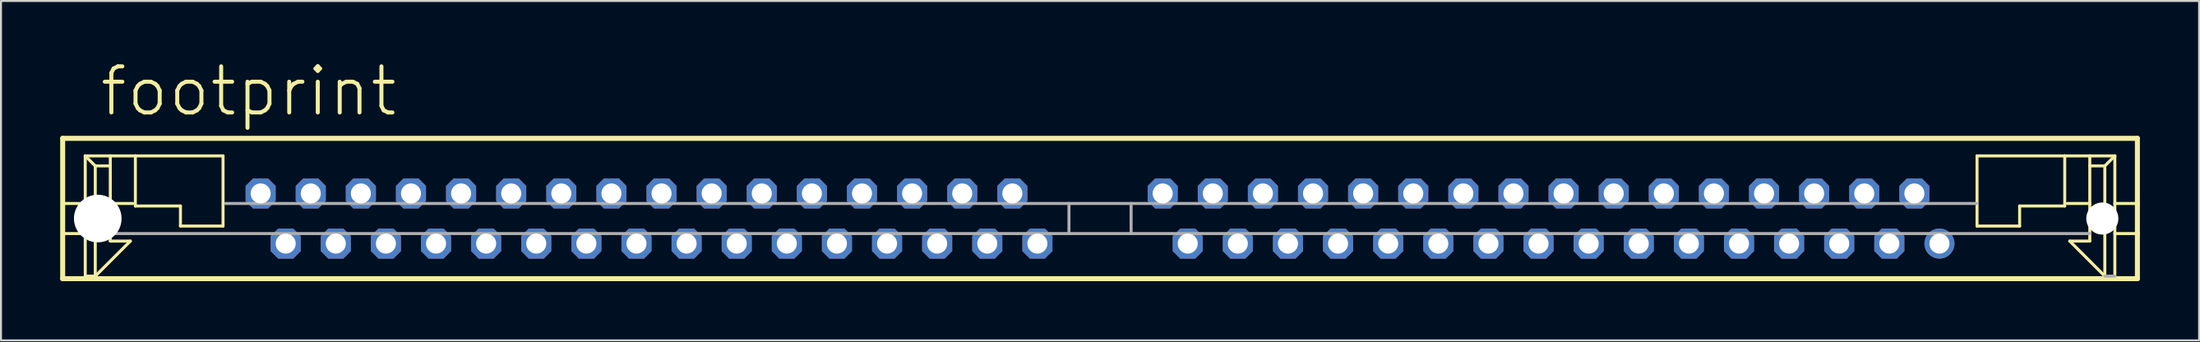
<source format=kicad_pcb>
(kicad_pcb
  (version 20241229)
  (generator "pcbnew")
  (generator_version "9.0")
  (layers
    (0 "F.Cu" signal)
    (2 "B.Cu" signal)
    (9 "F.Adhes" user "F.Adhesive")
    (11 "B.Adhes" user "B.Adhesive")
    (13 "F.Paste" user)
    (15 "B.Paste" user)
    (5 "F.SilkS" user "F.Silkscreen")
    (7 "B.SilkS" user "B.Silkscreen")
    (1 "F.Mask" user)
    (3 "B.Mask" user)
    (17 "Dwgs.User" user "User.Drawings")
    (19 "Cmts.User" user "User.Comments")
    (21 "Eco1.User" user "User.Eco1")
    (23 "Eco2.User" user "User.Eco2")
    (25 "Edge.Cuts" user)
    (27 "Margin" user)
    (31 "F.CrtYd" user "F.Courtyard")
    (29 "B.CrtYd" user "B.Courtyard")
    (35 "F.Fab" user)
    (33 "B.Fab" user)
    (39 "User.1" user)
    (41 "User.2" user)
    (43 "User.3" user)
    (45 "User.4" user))
  (footprint "footprint"
    (layer "F.Cu")
    (at 52.705 8.026)
    (property "Reference" "footprint" (at -50.8 -5.08 0) (layer "F.SilkS") (effects (font (size 2.337 2.337) (thickness 0.203)) (justify left bottom)))
    (fp_line (start -52.578 -4.064) (end 52.578 -4.064) (stroke (width 0.254) (type solid)) (layer "F.SilkS"))
    (fp_line (start -52.578 -0.762) (end -51.435 -0.762) (stroke (width 0.152) (type solid)) (layer "F.SilkS"))
    (fp_line (start -52.578 0.762) (end -51.435 0.762) (stroke (width 0.152) (type solid)) (layer "F.SilkS"))
    (fp_line (start -52.578 3.048) (end -52.578 -4.064) (stroke (width 0.254) (type solid)) (layer "F.SilkS"))
    (fp_line (start -51.435 -3.175) (end -51.435 2.921) (stroke (width 0.152) (type solid)) (layer "F.SilkS"))
    (fp_line (start -51.435 -3.175) (end -50.927 -2.667) (stroke (width 0.152) (type solid)) (layer "F.SilkS"))
    (fp_line (start -51.435 2.921) (end -50.927 2.921) (stroke (width 0.152) (type solid)) (layer "F.SilkS"))
    (fp_line (start -50.927 -2.667) (end -50.927 2.921) (stroke (width 0.152) (type solid)) (layer "F.SilkS"))
    (fp_line (start -50.927 2.921) (end -49.149 1.143) (stroke (width 0.152) (type solid)) (layer "F.SilkS"))
    (fp_line (start -50.165 -3.175) (end -51.435 -3.175) (stroke (width 0.152) (type solid)) (layer "F.SilkS"))
    (fp_line (start -50.165 -3.175) (end -48.895 -3.175) (stroke (width 0.152) (type solid)) (layer "F.SilkS"))
    (fp_line (start -50.165 -2.667) (end -50.927 -2.667) (stroke (width 0.152) (type solid)) (layer "F.SilkS"))
    (fp_line (start -50.165 -2.667) (end -50.165 -3.175) (stroke (width 0.152) (type solid)) (layer "F.SilkS"))
    (fp_line (start -50.165 -0.762) (end -50.165 -2.667) (stroke (width 0.152) (type solid)) (layer "F.SilkS"))
    (fp_line (start -50.165 -0.762) (end -49.022 -0.762) (stroke (width 0.152) (type solid)) (layer "F.SilkS"))
    (fp_line (start -50.165 1.143) (end -50.165 -0.762) (stroke (width 0.152) (type solid)) (layer "F.SilkS"))
    (fp_line (start -49.149 1.143) (end -50.165 1.143) (stroke (width 0.152) (type solid)) (layer "F.SilkS"))
    (fp_line (start -48.895 -3.175) (end -48.895 -0.635) (stroke (width 0.152) (type solid)) (layer "F.SilkS"))
    (fp_line (start -46.609 -0.635) (end -48.895 -0.635) (stroke (width 0.152) (type solid)) (layer "F.SilkS"))
    (fp_line (start -46.609 0.381) (end -46.609 -0.635) (stroke (width 0.152) (type solid)) (layer "F.SilkS"))
    (fp_line (start -46.609 0.381) (end -44.45 0.381) (stroke (width 0.152) (type solid)) (layer "F.SilkS"))
    (fp_line (start -44.45 -3.175) (end -48.895 -3.175) (stroke (width 0.152) (type solid)) (layer "F.SilkS"))
    (fp_line (start -44.45 0.381) (end -44.45 -3.175) (stroke (width 0.152) (type solid)) (layer "F.SilkS"))
    (fp_line (start 44.45 -3.175) (end 48.895 -3.175) (stroke (width 0.152) (type solid)) (layer "F.SilkS"))
    (fp_line (start 44.45 0.381) (end 44.45 -3.175) (stroke (width 0.152) (type solid)) (layer "F.SilkS"))
    (fp_line (start 46.609 -0.635) (end 48.895 -0.635) (stroke (width 0.152) (type solid)) (layer "F.SilkS"))
    (fp_line (start 46.609 0.381) (end 44.45 0.381) (stroke (width 0.152) (type solid)) (layer "F.SilkS"))
    (fp_line (start 46.609 0.381) (end 46.609 -0.635) (stroke (width 0.152) (type solid)) (layer "F.SilkS"))
    (fp_line (start 48.895 -3.175) (end 48.895 -0.635) (stroke (width 0.152) (type solid)) (layer "F.SilkS"))
    (fp_line (start 49.149 1.143) (end 50.165 1.143) (stroke (width 0.152) (type solid)) (layer "F.SilkS"))
    (fp_line (start 50.165 -3.175) (end 48.895 -3.175) (stroke (width 0.152) (type solid)) (layer "F.SilkS"))
    (fp_line (start 50.165 -3.175) (end 51.435 -3.175) (stroke (width 0.152) (type solid)) (layer "F.SilkS"))
    (fp_line (start 50.165 -2.667) (end 50.165 -3.175) (stroke (width 0.152) (type solid)) (layer "F.SilkS"))
    (fp_line (start 50.165 -2.667) (end 50.927 -2.667) (stroke (width 0.152) (type solid)) (layer "F.SilkS"))
    (fp_line (start 50.165 -0.762) (end 49.022 -0.762) (stroke (width 0.152) (type solid)) (layer "F.SilkS"))
    (fp_line (start 50.165 -0.762) (end 50.165 -2.667) (stroke (width 0.152) (type solid)) (layer "F.SilkS"))
    (fp_line (start 50.165 1.143) (end 50.165 -0.762) (stroke (width 0.152) (type solid)) (layer "F.SilkS"))
    (fp_line (start 50.927 -2.667) (end 50.927 2.921) (stroke (width 0.152) (type solid)) (layer "F.SilkS"))
    (fp_line (start 50.927 2.921) (end 49.149 1.143) (stroke (width 0.152) (type solid)) (layer "F.SilkS"))
    (fp_line (start 51.435 -3.175) (end 50.927 -2.667) (stroke (width 0.152) (type solid)) (layer "F.SilkS"))
    (fp_line (start 51.435 -3.175) (end 51.435 2.921) (stroke (width 0.152) (type solid)) (layer "F.SilkS"))
    (fp_line (start 52.578 -4.064) (end 52.578 -0.762) (stroke (width 0.254) (type solid)) (layer "F.SilkS"))
    (fp_line (start 52.578 -0.762) (end 51.435 -0.762) (stroke (width 0.152) (type solid)) (layer "F.SilkS"))
    (fp_line (start 52.578 -0.762) (end 52.578 0.762) (stroke (width 0.254) (type solid)) (layer "F.SilkS"))
    (fp_line (start 52.578 0.762) (end 51.435 0.762) (stroke (width 0.152) (type solid)) (layer "F.SilkS"))
    (fp_line (start 52.578 0.762) (end 52.578 3.048) (stroke (width 0.254) (type solid)) (layer "F.SilkS"))
    (fp_line (start 52.578 3.048) (end -52.578 3.048) (stroke (width 0.254) (type solid)) (layer "F.SilkS"))
    (fp_line (start -50.165 0.762) (end -1.575 0.762) (stroke (width 0.152) (type solid)) (layer "F.Fab"))
    (fp_line (start -44.323 -0.762) (end -1.575 -0.762) (stroke (width 0.152) (type solid)) (layer "F.Fab"))
    (fp_line (start -1.575 -0.762) (end 1.575 -0.762) (stroke (width 0.152) (type solid)) (layer "F.Fab"))
    (fp_line (start -1.575 0.762) (end -1.575 -0.762) (stroke (width 0.152) (type solid)) (layer "F.Fab"))
    (fp_line (start -1.575 0.762) (end 1.575 0.762) (stroke (width 0.152) (type solid)) (layer "F.Fab"))
    (fp_line (start 1.575 0.762) (end 1.575 -0.762) (stroke (width 0.152) (type solid)) (layer "F.Fab"))
    (fp_line (start 44.45 -0.762) (end 1.575 -0.762) (stroke (width 0.152) (type solid)) (layer "F.Fab"))
    (fp_line (start 50.165 0.762) (end 1.575 0.762) (stroke (width 0.152) (type solid)) (layer "F.Fab"))
    (fp_line (start 51.435 2.921) (end 50.927 2.921) (stroke (width 0.152) (type solid)) (layer "F.Fab"))
    (pad "" np_thru_hole circle (at -50.8 0) (size 2.413 2.413) (drill 2.413) (layers "*.Cu" "*.Mask"))
    (pad "" np_thru_hole circle (at 50.8 0) (size 1.626 1.626) (drill 1.626) (layers "*.Cu" "*.Mask"))
    (pad "1" thru_hole circle (at 42.545 1.27) (size 1.524 1.524) (drill 1.016) (layers "*.Cu" "*.Mask"))
    (pad "2" thru_hole roundrect (at 41.275 -1.27) (size 1.524 1.524) (drill 1.016) (layers "*.Cu" "*.Mask") (roundrect_rratio 0.25) (chamfer_ratio 0.25) (chamfer top_left top_right bottom_left bottom_right))
    (pad "3" thru_hole roundrect (at 40.005 1.27) (size 1.524 1.524) (drill 1.016) (layers "*.Cu" "*.Mask") (roundrect_rratio 0.25) (chamfer_ratio 0.25) (chamfer top_left top_right bottom_left bottom_right))
    (pad "4" thru_hole roundrect (at 38.735 -1.27) (size 1.524 1.524) (drill 1.016) (layers "*.Cu" "*.Mask") (roundrect_rratio 0.25) (chamfer_ratio 0.25) (chamfer top_left top_right bottom_left bottom_right))
    (pad "5" thru_hole roundrect (at 37.465 1.27) (size 1.524 1.524) (drill 1.016) (layers "*.Cu" "*.Mask") (roundrect_rratio 0.25) (chamfer_ratio 0.25) (chamfer top_left top_right bottom_left bottom_right))
    (pad "6" thru_hole roundrect (at 36.195 -1.27) (size 1.524 1.524) (drill 1.016) (layers "*.Cu" "*.Mask") (roundrect_rratio 0.25) (chamfer_ratio 0.25) (chamfer top_left top_right bottom_left bottom_right))
    (pad "7" thru_hole roundrect (at 34.925 1.27) (size 1.524 1.524) (drill 1.016) (layers "*.Cu" "*.Mask") (roundrect_rratio 0.25) (chamfer_ratio 0.25) (chamfer top_left top_right bottom_left bottom_right))
    (pad "8" thru_hole roundrect (at 33.655 -1.27) (size 1.524 1.524) (drill 1.016) (layers "*.Cu" "*.Mask") (roundrect_rratio 0.25) (chamfer_ratio 0.25) (chamfer top_left top_right bottom_left bottom_right))
    (pad "9" thru_hole roundrect (at 32.385 1.27) (size 1.524 1.524) (drill 1.016) (layers "*.Cu" "*.Mask") (roundrect_rratio 0.25) (chamfer_ratio 0.25) (chamfer top_left top_right bottom_left bottom_right))
    (pad "10" thru_hole roundrect (at 31.115 -1.27) (size 1.524 1.524) (drill 1.016) (layers "*.Cu" "*.Mask") (roundrect_rratio 0.25) (chamfer_ratio 0.25) (chamfer top_left top_right bottom_left bottom_right))
    (pad "11" thru_hole roundrect (at 29.845 1.27) (size 1.524 1.524) (drill 1.016) (layers "*.Cu" "*.Mask") (roundrect_rratio 0.25) (chamfer_ratio 0.25) (chamfer top_left top_right bottom_left bottom_right))
    (pad "12" thru_hole roundrect (at 28.575 -1.27) (size 1.524 1.524) (drill 1.016) (layers "*.Cu" "*.Mask") (roundrect_rratio 0.25) (chamfer_ratio 0.25) (chamfer top_left top_right bottom_left bottom_right))
    (pad "13" thru_hole roundrect (at 27.305 1.27) (size 1.524 1.524) (drill 1.016) (layers "*.Cu" "*.Mask") (roundrect_rratio 0.25) (chamfer_ratio 0.25) (chamfer top_left top_right bottom_left bottom_right))
    (pad "14" thru_hole roundrect (at 26.035 -1.27) (size 1.524 1.524) (drill 1.016) (layers "*.Cu" "*.Mask") (roundrect_rratio 0.25) (chamfer_ratio 0.25) (chamfer top_left top_right bottom_left bottom_right))
    (pad "15" thru_hole roundrect (at 24.765 1.27) (size 1.524 1.524) (drill 1.016) (layers "*.Cu" "*.Mask") (roundrect_rratio 0.25) (chamfer_ratio 0.25) (chamfer top_left top_right bottom_left bottom_right))
    (pad "16" thru_hole roundrect (at 23.495 -1.27) (size 1.524 1.524) (drill 1.016) (layers "*.Cu" "*.Mask") (roundrect_rratio 0.25) (chamfer_ratio 0.25) (chamfer top_left top_right bottom_left bottom_right))
    (pad "17" thru_hole roundrect (at 22.225 1.27) (size 1.524 1.524) (drill 1.016) (layers "*.Cu" "*.Mask") (roundrect_rratio 0.25) (chamfer_ratio 0.25) (chamfer top_left top_right bottom_left bottom_right))
    (pad "18" thru_hole roundrect (at 20.955 -1.27) (size 1.524 1.524) (drill 1.016) (layers "*.Cu" "*.Mask") (roundrect_rratio 0.25) (chamfer_ratio 0.25) (chamfer top_left top_right bottom_left bottom_right))
    (pad "19" thru_hole roundrect (at 19.685 1.27) (size 1.524 1.524) (drill 1.016) (layers "*.Cu" "*.Mask") (roundrect_rratio 0.25) (chamfer_ratio 0.25) (chamfer top_left top_right bottom_left bottom_right))
    (pad "20" thru_hole roundrect (at 18.415 -1.27) (size 1.524 1.524) (drill 1.016) (layers "*.Cu" "*.Mask") (roundrect_rratio 0.25) (chamfer_ratio 0.25) (chamfer top_left top_right bottom_left bottom_right))
    (pad "21" thru_hole roundrect (at 17.145 1.27) (size 1.524 1.524) (drill 1.016) (layers "*.Cu" "*.Mask") (roundrect_rratio 0.25) (chamfer_ratio 0.25) (chamfer top_left top_right bottom_left bottom_right))
    (pad "22" thru_hole roundrect (at 15.875 -1.27) (size 1.524 1.524) (drill 1.016) (layers "*.Cu" "*.Mask") (roundrect_rratio 0.25) (chamfer_ratio 0.25) (chamfer top_left top_right bottom_left bottom_right))
    (pad "23" thru_hole roundrect (at 14.605 1.27) (size 1.524 1.524) (drill 1.016) (layers "*.Cu" "*.Mask") (roundrect_rratio 0.25) (chamfer_ratio 0.25) (chamfer top_left top_right bottom_left bottom_right))
    (pad "24" thru_hole roundrect (at 13.335 -1.27) (size 1.524 1.524) (drill 1.016) (layers "*.Cu" "*.Mask") (roundrect_rratio 0.25) (chamfer_ratio 0.25) (chamfer top_left top_right bottom_left bottom_right))
    (pad "25" thru_hole roundrect (at 12.065 1.27) (size 1.524 1.524) (drill 1.016) (layers "*.Cu" "*.Mask") (roundrect_rratio 0.25) (chamfer_ratio 0.25) (chamfer top_left top_right bottom_left bottom_right))
    (pad "26" thru_hole roundrect (at 10.795 -1.27) (size 1.524 1.524) (drill 1.016) (layers "*.Cu" "*.Mask") (roundrect_rratio 0.25) (chamfer_ratio 0.25) (chamfer top_left top_right bottom_left bottom_right))
    (pad "27" thru_hole roundrect (at 9.525 1.27) (size 1.524 1.524) (drill 1.016) (layers "*.Cu" "*.Mask") (roundrect_rratio 0.25) (chamfer_ratio 0.25) (chamfer top_left top_right bottom_left bottom_right))
    (pad "28" thru_hole roundrect (at 8.255 -1.27) (size 1.524 1.524) (drill 1.016) (layers "*.Cu" "*.Mask") (roundrect_rratio 0.25) (chamfer_ratio 0.25) (chamfer top_left top_right bottom_left bottom_right))
    (pad "29" thru_hole roundrect (at 6.985 1.27) (size 1.524 1.524) (drill 1.016) (layers "*.Cu" "*.Mask") (roundrect_rratio 0.25) (chamfer_ratio 0.25) (chamfer top_left top_right bottom_left bottom_right))
    (pad "30" thru_hole roundrect (at 5.715 -1.27) (size 1.524 1.524) (drill 1.016) (layers "*.Cu" "*.Mask") (roundrect_rratio 0.25) (chamfer_ratio 0.25) (chamfer top_left top_right bottom_left bottom_right))
    (pad "31" thru_hole roundrect (at 4.445 1.27) (size 1.524 1.524) (drill 1.016) (layers "*.Cu" "*.Mask") (roundrect_rratio 0.25) (chamfer_ratio 0.25) (chamfer top_left top_right bottom_left bottom_right))
    (pad "32" thru_hole roundrect (at 3.175 -1.27) (size 1.524 1.524) (drill 1.016) (layers "*.Cu" "*.Mask") (roundrect_rratio 0.25) (chamfer_ratio 0.25) (chamfer top_left top_right bottom_left bottom_right))
    (pad "33" thru_hole roundrect (at -3.175 1.27) (size 1.524 1.524) (drill 1.016) (layers "*.Cu" "*.Mask") (roundrect_rratio 0.25) (chamfer_ratio 0.25) (chamfer top_left top_right bottom_left bottom_right))
    (pad "34" thru_hole roundrect (at -4.445 -1.27) (size 1.524 1.524) (drill 1.016) (layers "*.Cu" "*.Mask") (roundrect_rratio 0.25) (chamfer_ratio 0.25) (chamfer top_left top_right bottom_left bottom_right))
    (pad "35" thru_hole roundrect (at -5.715 1.27) (size 1.524 1.524) (drill 1.016) (layers "*.Cu" "*.Mask") (roundrect_rratio 0.25) (chamfer_ratio 0.25) (chamfer top_left top_right bottom_left bottom_right))
    (pad "36" thru_hole roundrect (at -6.985 -1.27) (size 1.524 1.524) (drill 1.016) (layers "*.Cu" "*.Mask") (roundrect_rratio 0.25) (chamfer_ratio 0.25) (chamfer top_left top_right bottom_left bottom_right))
    (pad "37" thru_hole roundrect (at -8.255 1.27) (size 1.524 1.524) (drill 1.016) (layers "*.Cu" "*.Mask") (roundrect_rratio 0.25) (chamfer_ratio 0.25) (chamfer top_left top_right bottom_left bottom_right))
    (pad "38" thru_hole roundrect (at -9.525 -1.27) (size 1.524 1.524) (drill 1.016) (layers "*.Cu" "*.Mask") (roundrect_rratio 0.25) (chamfer_ratio 0.25) (chamfer top_left top_right bottom_left bottom_right))
    (pad "39" thru_hole roundrect (at -10.795 1.27) (size 1.524 1.524) (drill 1.016) (layers "*.Cu" "*.Mask") (roundrect_rratio 0.25) (chamfer_ratio 0.25) (chamfer top_left top_right bottom_left bottom_right))
    (pad "40" thru_hole roundrect (at -12.065 -1.27) (size 1.524 1.524) (drill 1.016) (layers "*.Cu" "*.Mask") (roundrect_rratio 0.25) (chamfer_ratio 0.25) (chamfer top_left top_right bottom_left bottom_right))
    (pad "41" thru_hole roundrect (at -13.335 1.27) (size 1.524 1.524) (drill 1.016) (layers "*.Cu" "*.Mask") (roundrect_rratio 0.25) (chamfer_ratio 0.25) (chamfer top_left top_right bottom_left bottom_right))
    (pad "42" thru_hole roundrect (at -14.605 -1.27) (size 1.524 1.524) (drill 1.016) (layers "*.Cu" "*.Mask") (roundrect_rratio 0.25) (chamfer_ratio 0.25) (chamfer top_left top_right bottom_left bottom_right))
    (pad "43" thru_hole roundrect (at -15.875 1.27) (size 1.524 1.524) (drill 1.016) (layers "*.Cu" "*.Mask") (roundrect_rratio 0.25) (chamfer_ratio 0.25) (chamfer top_left top_right bottom_left bottom_right))
    (pad "44" thru_hole roundrect (at -17.145 -1.27) (size 1.524 1.524) (drill 1.016) (layers "*.Cu" "*.Mask") (roundrect_rratio 0.25) (chamfer_ratio 0.25) (chamfer top_left top_right bottom_left bottom_right))
    (pad "45" thru_hole roundrect (at -18.415 1.27) (size 1.524 1.524) (drill 1.016) (layers "*.Cu" "*.Mask") (roundrect_rratio 0.25) (chamfer_ratio 0.25) (chamfer top_left top_right bottom_left bottom_right))
    (pad "46" thru_hole roundrect (at -19.685 -1.27) (size 1.524 1.524) (drill 1.016) (layers "*.Cu" "*.Mask") (roundrect_rratio 0.25) (chamfer_ratio 0.25) (chamfer top_left top_right bottom_left bottom_right))
    (pad "47" thru_hole roundrect (at -20.955 1.27) (size 1.524 1.524) (drill 1.016) (layers "*.Cu" "*.Mask") (roundrect_rratio 0.25) (chamfer_ratio 0.25) (chamfer top_left top_right bottom_left bottom_right))
    (pad "48" thru_hole roundrect (at -22.225 -1.27) (size 1.524 1.524) (drill 1.016) (layers "*.Cu" "*.Mask") (roundrect_rratio 0.25) (chamfer_ratio 0.25) (chamfer top_left top_right bottom_left bottom_right))
    (pad "49" thru_hole roundrect (at -23.495 1.27) (size 1.524 1.524) (drill 1.016) (layers "*.Cu" "*.Mask") (roundrect_rratio 0.25) (chamfer_ratio 0.25) (chamfer top_left top_right bottom_left bottom_right))
    (pad "50" thru_hole roundrect (at -24.765 -1.27) (size 1.524 1.524) (drill 1.016) (layers "*.Cu" "*.Mask") (roundrect_rratio 0.25) (chamfer_ratio 0.25) (chamfer top_left top_right bottom_left bottom_right))
    (pad "51" thru_hole roundrect (at -26.035 1.27) (size 1.524 1.524) (drill 1.016) (layers "*.Cu" "*.Mask") (roundrect_rratio 0.25) (chamfer_ratio 0.25) (chamfer top_left top_right bottom_left bottom_right))
    (pad "52" thru_hole roundrect (at -27.305 -1.27) (size 1.524 1.524) (drill 1.016) (layers "*.Cu" "*.Mask") (roundrect_rratio 0.25) (chamfer_ratio 0.25) (chamfer top_left top_right bottom_left bottom_right))
    (pad "53" thru_hole roundrect (at -28.575 1.27) (size 1.524 1.524) (drill 1.016) (layers "*.Cu" "*.Mask") (roundrect_rratio 0.25) (chamfer_ratio 0.25) (chamfer top_left top_right bottom_left bottom_right))
    (pad "54" thru_hole roundrect (at -29.845 -1.27) (size 1.524 1.524) (drill 1.016) (layers "*.Cu" "*.Mask") (roundrect_rratio 0.25) (chamfer_ratio 0.25) (chamfer top_left top_right bottom_left bottom_right))
    (pad "55" thru_hole roundrect (at -31.115 1.27) (size 1.524 1.524) (drill 1.016) (layers "*.Cu" "*.Mask") (roundrect_rratio 0.25) (chamfer_ratio 0.25) (chamfer top_left top_right bottom_left bottom_right))
    (pad "56" thru_hole roundrect (at -32.385 -1.27) (size 1.524 1.524) (drill 1.016) (layers "*.Cu" "*.Mask") (roundrect_rratio 0.25) (chamfer_ratio 0.25) (chamfer top_left top_right bottom_left bottom_right))
    (pad "57" thru_hole roundrect (at -33.655 1.27) (size 1.524 1.524) (drill 1.016) (layers "*.Cu" "*.Mask") (roundrect_rratio 0.25) (chamfer_ratio 0.25) (chamfer top_left top_right bottom_left bottom_right))
    (pad "58" thru_hole roundrect (at -34.925 -1.27) (size 1.524 1.524) (drill 1.016) (layers "*.Cu" "*.Mask") (roundrect_rratio 0.25) (chamfer_ratio 0.25) (chamfer top_left top_right bottom_left bottom_right))
    (pad "59" thru_hole roundrect (at -36.195 1.27) (size 1.524 1.524) (drill 1.016) (layers "*.Cu" "*.Mask") (roundrect_rratio 0.25) (chamfer_ratio 0.25) (chamfer top_left top_right bottom_left bottom_right))
    (pad "60" thru_hole roundrect (at -37.465 -1.27) (size 1.524 1.524) (drill 1.016) (layers "*.Cu" "*.Mask") (roundrect_rratio 0.25) (chamfer_ratio 0.25) (chamfer top_left top_right bottom_left bottom_right))
    (pad "61" thru_hole roundrect (at -38.735 1.27) (size 1.524 1.524) (drill 1.016) (layers "*.Cu" "*.Mask") (roundrect_rratio 0.25) (chamfer_ratio 0.25) (chamfer top_left top_right bottom_left bottom_right))
    (pad "62" thru_hole roundrect (at -40.005 -1.27) (size 1.524 1.524) (drill 1.016) (layers "*.Cu" "*.Mask") (roundrect_rratio 0.25) (chamfer_ratio 0.25) (chamfer top_left top_right bottom_left bottom_right))
    (pad "63" thru_hole roundrect (at -41.275 1.27) (size 1.524 1.524) (drill 1.016) (layers "*.Cu" "*.Mask") (roundrect_rratio 0.25) (chamfer_ratio 0.25) (chamfer top_left top_right bottom_left bottom_right))
    (pad "64" thru_hole roundrect (at -42.545 -1.27) (size 1.524 1.524) (drill 1.016) (layers "*.Cu" "*.Mask") (roundrect_rratio 0.25) (chamfer_ratio 0.25) (chamfer top_left top_right bottom_left bottom_right)))
  (gr_rect
    (start -3 -3)
    (end 108.41 14.201)
    (stroke (width 0.1) (type default))
    (fill no)
    (layer "Edge.Cuts")))
</source>
